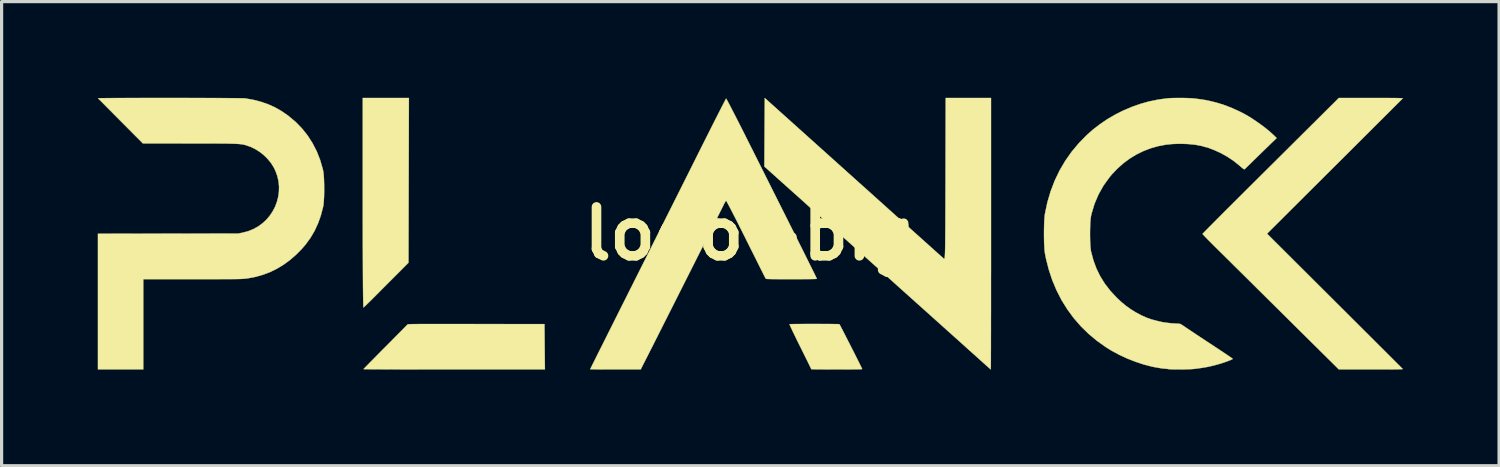
<source format=kicad_pcb>
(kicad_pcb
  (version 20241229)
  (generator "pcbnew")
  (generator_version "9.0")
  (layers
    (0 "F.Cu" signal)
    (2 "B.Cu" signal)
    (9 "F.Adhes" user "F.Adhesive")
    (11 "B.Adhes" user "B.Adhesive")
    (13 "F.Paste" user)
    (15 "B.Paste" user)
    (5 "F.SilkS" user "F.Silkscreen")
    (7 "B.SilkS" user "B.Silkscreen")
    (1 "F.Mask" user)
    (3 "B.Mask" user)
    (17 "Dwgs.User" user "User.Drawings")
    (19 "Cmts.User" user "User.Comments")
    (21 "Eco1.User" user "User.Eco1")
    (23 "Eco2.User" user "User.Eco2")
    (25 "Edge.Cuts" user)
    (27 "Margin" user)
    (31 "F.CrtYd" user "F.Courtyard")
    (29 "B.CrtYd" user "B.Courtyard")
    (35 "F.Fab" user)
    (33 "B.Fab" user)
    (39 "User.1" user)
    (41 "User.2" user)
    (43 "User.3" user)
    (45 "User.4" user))
  (footprint "logo-big"
    (layer "F.Cu")
    (at 20.345 4.239)
    (property "Reference" "logo-big" (at 0 0 0) (layer "F.SilkS") (effects (font (size 1.524 1.524) (thickness 0.3))))
    (attr through_hole)
    (fp_poly (pts (xy -10.654 0.905) (xy -10.96 1.212) (xy -11.045 1.297) (xy -11.145 1.397) (xy -11.254 1.506) (xy -11.367 1.62) (xy -11.48 1.733) (xy -11.587 1.841) (xy -11.651 1.905) (xy -11.736 1.99) (xy -11.815 2.069) (xy -11.887 2.14) (xy -11.949 2.201) (xy -11.999 2.249) (xy -12.035 2.283) (xy -12.055 2.3) (xy -12.057 2.301) (xy -12.059 2.292) (xy -12.061 2.262) (xy -12.063 2.211) (xy -12.065 2.141) (xy -12.067 2.052) (xy -12.069 1.944) (xy -12.07 1.818) (xy -12.072 1.674) (xy -12.073 1.513) (xy -12.074 1.336) (xy -12.075 1.142) (xy -12.076 0.932) (xy -12.077 0.707) (xy -12.078 0.468) (xy -12.079 0.214) (xy -12.079 -0.053) (xy -12.08 -0.334) (xy -12.08 -0.627) (xy -12.08 -0.932) (xy -12.08 -0.961) (xy -12.08 -4.233) (xy -10.641 -4.233) (xy -10.654 0.905)) (stroke (width 0.01) (type solid)) (fill yes) (layer "F.SilkS"))
    (fp_poly (pts (xy -9.558 2.817) (xy -9.279 2.817) (xy -8.957 2.817) (xy -8.588 2.818) (xy -8.54 2.818) (xy -6.412 2.82) (xy -6.406 3.527) (xy -6.399 4.233) (xy -9.227 4.233) (xy -9.597 4.233) (xy -9.953 4.233) (xy -10.292 4.233) (xy -10.61 4.232) (xy -10.905 4.232) (xy -11.173 4.231) (xy -11.412 4.23) (xy -11.618 4.229) (xy -11.788 4.228) (xy -11.919 4.227) (xy -12.007 4.226) (xy -12.051 4.225) (xy -12.055 4.224) (xy -12.046 4.213) (xy -12.018 4.184) (xy -11.975 4.139) (xy -11.916 4.079) (xy -11.845 4.006) (xy -11.761 3.922) (xy -11.668 3.827) (xy -11.566 3.724) (xy -11.458 3.614) (xy -11.377 3.534) (xy -11.264 3.42) (xy -11.156 3.311) (xy -11.056 3.21) (xy -10.964 3.117) (xy -10.882 3.035) (xy -10.812 2.964) (xy -10.756 2.907) (xy -10.715 2.865) (xy -10.69 2.84) (xy -10.684 2.834) (xy -10.679 2.83) (xy -10.668 2.828) (xy -10.648 2.825) (xy -10.617 2.823) (xy -10.57 2.821) (xy -10.505 2.82) (xy -10.419 2.819) (xy -10.308 2.818) (xy -10.169 2.817) (xy -10.001 2.817) (xy -9.798 2.817) (xy -9.558 2.817)) (stroke (width 0.01) (type solid)) (fill yes) (layer "F.SilkS"))
    (fp_poly (pts (xy 2.22 2.816) (xy 2.379 2.816) (xy 2.522 2.817) (xy 2.641 2.819) (xy 2.73 2.82) (xy 2.779 2.822) (xy 2.787 2.823) (xy 2.794 2.835) (xy 2.811 2.865) (xy 2.835 2.911) (xy 2.867 2.972) (xy 2.905 3.046) (xy 2.948 3.13) (xy 2.995 3.222) (xy 3.045 3.32) (xy 3.097 3.422) (xy 3.15 3.526) (xy 3.203 3.63) (xy 3.255 3.732) (xy 3.304 3.83) (xy 3.35 3.922) (xy 3.392 4.005) (xy 3.428 4.078) (xy 3.458 4.138) (xy 3.48 4.184) (xy 3.493 4.213) (xy 3.497 4.223) (xy 3.473 4.226) (xy 3.401 4.229) (xy 3.283 4.231) (xy 3.121 4.232) (xy 2.917 4.233) (xy 2.704 4.233) (xy 2.511 4.233) (xy 2.335 4.232) (xy 2.182 4.231) (xy 2.057 4.23) (xy 1.968 4.228) (xy 1.918 4.226) (xy 1.91 4.225) (xy 1.905 4.213) (xy 1.89 4.183) (xy 1.867 4.135) (xy 1.836 4.072) (xy 1.798 3.994) (xy 1.754 3.905) (xy 1.705 3.806) (xy 1.651 3.697) (xy 1.594 3.582) (xy 1.565 3.524) (xy 1.506 3.406) (xy 1.451 3.294) (xy 1.401 3.19) (xy 1.355 3.096) (xy 1.315 3.012) (xy 1.282 2.942) (xy 1.257 2.887) (xy 1.24 2.847) (xy 1.232 2.826) (xy 1.231 2.823) (xy 1.259 2.821) (xy 1.328 2.819) (xy 1.432 2.818) (xy 1.564 2.817) (xy 1.716 2.816) (xy 1.881 2.815) (xy 2.051 2.815) (xy 2.22 2.816)) (stroke (width 0.01) (type solid)) (fill yes) (layer "F.SilkS"))
    (fp_poly (pts (xy 7.516 0) (xy 7.516 0.298) (xy 7.516 0.591) (xy 7.516 0.877) (xy 7.516 1.157) (xy 7.515 1.429) (xy 7.515 1.693) (xy 7.515 1.948) (xy 7.515 2.194) (xy 7.515 2.429) (xy 7.514 2.653) (xy 7.514 2.865) (xy 7.514 3.064) (xy 7.513 3.251) (xy 7.513 3.423) (xy 7.513 3.581) (xy 7.512 3.724) (xy 7.512 3.85) (xy 7.512 3.96) (xy 7.511 4.052) (xy 7.511 4.126) (xy 7.51 4.182) (xy 7.51 4.217) (xy 7.509 4.233) (xy 7.509 4.233) (xy 7.497 4.224) (xy 7.467 4.199) (xy 7.423 4.16) (xy 7.367 4.11) (xy 7.304 4.053) (xy 7.289 4.04) (xy 7.259 4.013) (xy 7.208 3.967) (xy 7.138 3.904) (xy 7.049 3.824) (xy 6.944 3.73) (xy 6.822 3.621) (xy 6.686 3.498) (xy 6.536 3.363) (xy 6.372 3.217) (xy 6.197 3.06) (xy 6.011 2.893) (xy 5.815 2.717) (xy 5.611 2.534) (xy 5.399 2.344) (xy 5.18 2.148) (xy 4.956 1.947) (xy 4.727 1.742) (xy 4.62 1.646) (xy 4.38 1.43) (xy 4.138 1.213) (xy 3.896 0.996) (xy 3.655 0.78) (xy 3.417 0.567) (xy 3.183 0.357) (xy 2.955 0.153) (xy 2.734 -0.045) (xy 2.522 -0.236) (xy 2.319 -0.417) (xy 2.128 -0.589) (xy 1.949 -0.749) (xy 1.785 -0.896) (xy 1.637 -1.029) (xy 1.506 -1.147) (xy 1.393 -1.248) (xy 1.305 -1.326) (xy 0.446 -2.096) (xy 0.459 -4.232) (xy 3.038 -1.917) (xy 3.273 -1.706) (xy 3.504 -1.499) (xy 3.731 -1.296) (xy 3.95 -1.098) (xy 4.163 -0.908) (xy 4.367 -0.724) (xy 4.562 -0.549) (xy 4.747 -0.384) (xy 4.92 -0.228) (xy 5.081 -0.084) (xy 5.229 0.049) (xy 5.363 0.169) (xy 5.481 0.275) (xy 5.583 0.366) (xy 5.667 0.442) (xy 5.734 0.502) (xy 5.78 0.544) (xy 5.806 0.566) (xy 5.871 0.625) (xy 5.932 0.679) (xy 5.985 0.726) (xy 6.024 0.762) (xy 6.042 0.778) (xy 6.047 0.782) (xy 6.052 0.785) (xy 6.056 0.786) (xy 6.06 0.783) (xy 6.064 0.777) (xy 6.068 0.767) (xy 6.071 0.751) (xy 6.073 0.729) (xy 6.076 0.7) (xy 6.078 0.664) (xy 6.08 0.619) (xy 6.082 0.565) (xy 6.084 0.501) (xy 6.085 0.426) (xy 6.087 0.34) (xy 6.088 0.242) (xy 6.089 0.13) (xy 6.09 0.004) (xy 6.091 -0.136) (xy 6.092 -0.291) (xy 6.092 -0.463) (xy 6.093 -0.651) (xy 6.094 -0.858) (xy 6.094 -1.083) (xy 6.095 -1.327) (xy 6.096 -1.591) (xy 6.096 -1.707) (xy 6.102 -4.233) (xy 7.516 -4.233) (xy 7.516 0)) (stroke (width 0.01) (type solid)) (fill yes) (layer "F.SilkS"))
    (fp_poly (pts (xy 19.625 -4.233) (xy 19.838 -4.233) (xy 20.009 -4.232) (xy 20.141 -4.231) (xy 20.238 -4.229) (xy 20.304 -4.227) (xy 20.343 -4.225) (xy 20.358 -4.222) (xy 20.358 -4.22) (xy 20.347 -4.209) (xy 20.318 -4.18) (xy 20.271 -4.133) (xy 20.207 -4.069) (xy 20.127 -3.989) (xy 20.032 -3.894) (xy 19.923 -3.785) (xy 19.8 -3.663) (xy 19.666 -3.529) (xy 19.519 -3.383) (xy 19.363 -3.227) (xy 19.196 -3.061) (xy 19.021 -2.886) (xy 18.838 -2.704) (xy 18.648 -2.514) (xy 18.452 -2.319) (xy 18.25 -2.118) (xy 18.235 -2.103) (xy 16.125 0) (xy 18.235 2.103) (xy 18.437 2.304) (xy 18.634 2.5) (xy 18.824 2.69) (xy 19.008 2.873) (xy 19.184 3.049) (xy 19.351 3.215) (xy 19.508 3.372) (xy 19.655 3.519) (xy 19.791 3.654) (xy 19.914 3.777) (xy 20.024 3.887) (xy 20.12 3.983) (xy 20.201 4.064) (xy 20.267 4.129) (xy 20.315 4.177) (xy 20.346 4.208) (xy 20.358 4.22) (xy 20.358 4.22) (xy 20.351 4.224) (xy 20.323 4.226) (xy 20.268 4.229) (xy 20.184 4.23) (xy 20.067 4.232) (xy 19.912 4.233) (xy 19.717 4.233) (xy 19.477 4.233) (xy 19.368 4.233) (xy 18.365 4.233) (xy 17.475 3.352) (xy 17.322 3.2) (xy 17.156 3.036) (xy 16.983 2.865) (xy 16.806 2.689) (xy 16.628 2.513) (xy 16.452 2.338) (xy 16.282 2.17) (xy 16.121 2.011) (xy 15.974 1.864) (xy 15.844 1.736) (xy 15.708 1.601) (xy 15.566 1.46) (xy 15.419 1.314) (xy 15.272 1.169) (xy 15.127 1.026) (xy 14.989 0.888) (xy 14.859 0.76) (xy 14.741 0.643) (xy 14.638 0.542) (xy 14.608 0.512) (xy 14.511 0.416) (xy 14.421 0.326) (xy 14.338 0.243) (xy 14.266 0.17) (xy 14.205 0.108) (xy 14.159 0.059) (xy 14.128 0.025) (xy 14.114 0.009) (xy 14.114 0.007) (xy 14.124 -0.004) (xy 14.152 -0.034) (xy 14.198 -0.081) (xy 14.261 -0.145) (xy 14.339 -0.225) (xy 14.433 -0.319) (xy 14.54 -0.427) (xy 14.66 -0.547) (xy 14.792 -0.68) (xy 14.936 -0.823) (xy 15.089 -0.976) (xy 15.251 -1.138) (xy 15.422 -1.308) (xy 15.6 -1.485) (xy 15.784 -1.668) (xy 15.971 -1.854) (xy 16.165 -2.047) (xy 16.356 -2.236) (xy 16.543 -2.422) (xy 16.725 -2.603) (xy 16.901 -2.778) (xy 17.069 -2.945) (xy 17.23 -3.105) (xy 17.38 -3.254) (xy 17.52 -3.393) (xy 17.648 -3.52) (xy 17.763 -3.635) (xy 17.864 -3.735) (xy 17.949 -3.82) (xy 18.018 -3.889) (xy 18.07 -3.94) (xy 18.096 -3.966) (xy 18.364 -4.233) (xy 19.367 -4.233) (xy 19.625 -4.233)) (stroke (width 0.01) (type solid)) (fill yes) (layer "F.SilkS"))
    (fp_poly (pts (xy -17.992 -4.234) (xy -17.701 -4.234) (xy -17.416 -4.233) (xy -17.139 -4.233) (xy -16.876 -4.232) (xy -16.631 -4.231) (xy -16.407 -4.23) (xy -16.209 -4.228) (xy -16.041 -4.227) (xy -15.907 -4.225) (xy -15.812 -4.224) (xy -15.76 -4.222) (xy -15.753 -4.221) (xy -15.499 -4.177) (xy -15.261 -4.116) (xy -15.036 -4.038) (xy -14.822 -3.942) (xy -14.617 -3.826) (xy -14.419 -3.69) (xy -14.397 -3.673) (xy -14.176 -3.488) (xy -13.977 -3.284) (xy -13.8 -3.062) (xy -13.647 -2.824) (xy -13.516 -2.57) (xy -13.41 -2.301) (xy -13.328 -2.018) (xy -13.316 -1.963) (xy -13.306 -1.906) (xy -13.298 -1.831) (xy -13.292 -1.742) (xy -13.288 -1.643) (xy -13.285 -1.535) (xy -13.284 -1.424) (xy -13.284 -1.312) (xy -13.286 -1.203) (xy -13.29 -1.1) (xy -13.296 -1.007) (xy -13.303 -0.927) (xy -13.312 -0.863) (xy -13.315 -0.847) (xy -13.385 -0.577) (xy -13.474 -0.325) (xy -13.582 -0.09) (xy -13.711 0.129) (xy -13.861 0.335) (xy -13.982 0.476) (xy -14.165 0.66) (xy -14.354 0.824) (xy -14.55 0.967) (xy -14.754 1.09) (xy -14.965 1.194) (xy -15.185 1.278) (xy -15.414 1.344) (xy -15.653 1.39) (xy -15.703 1.397) (xy -15.736 1.401) (xy -15.771 1.405) (xy -15.812 1.408) (xy -15.862 1.411) (xy -15.927 1.413) (xy -16.008 1.415) (xy -16.112 1.416) (xy -16.241 1.417) (xy -16.4 1.417) (xy -16.593 1.418) (xy -16.824 1.418) (xy -17.097 1.418) (xy -17.391 1.418) (xy -18.926 1.418) (xy -18.926 4.233) (xy -20.34 4.233) (xy -20.34 0.001) (xy -18.151 -0.002) (xy -15.962 -0.005) (xy -15.823 -0.033) (xy -15.652 -0.078) (xy -15.493 -0.143) (xy -15.346 -0.224) (xy -15.211 -0.322) (xy -15.09 -0.433) (xy -14.984 -0.557) (xy -14.893 -0.692) (xy -14.817 -0.835) (xy -14.759 -0.987) (xy -14.718 -1.144) (xy -14.695 -1.305) (xy -14.691 -1.468) (xy -14.707 -1.633) (xy -14.744 -1.796) (xy -14.802 -1.957) (xy -14.859 -2.074) (xy -14.945 -2.209) (xy -15.049 -2.335) (xy -15.167 -2.451) (xy -15.297 -2.553) (xy -15.438 -2.641) (xy -15.585 -2.712) (xy -15.736 -2.763) (xy -15.741 -2.765) (xy -15.782 -2.775) (xy -15.825 -2.784) (xy -15.874 -2.791) (xy -15.933 -2.797) (xy -16.006 -2.802) (xy -16.097 -2.806) (xy -16.21 -2.809) (xy -16.349 -2.812) (xy -16.519 -2.813) (xy -16.722 -2.814) (xy -16.964 -2.815) (xy -17.247 -2.815) (xy -17.535 -2.815) (xy -18.938 -2.816) (xy -19.633 -3.514) (xy -19.747 -3.629) (xy -19.856 -3.739) (xy -19.957 -3.841) (xy -20.05 -3.934) (xy -20.133 -4.018) (xy -20.203 -4.089) (xy -20.26 -4.146) (xy -20.303 -4.189) (xy -20.328 -4.215) (xy -20.336 -4.223) (xy -20.313 -4.225) (xy -20.245 -4.227) (xy -20.136 -4.228) (xy -19.99 -4.23) (xy -19.811 -4.231) (xy -19.604 -4.232) (xy -19.372 -4.233) (xy -19.119 -4.233) (xy -18.851 -4.234) (xy -18.571 -4.234) (xy -18.283 -4.234) (xy -17.992 -4.234)) (stroke (width 0.01) (type solid)) (fill yes) (layer "F.SilkS"))
    (fp_poly (pts (xy -0.74 -4.205) (xy -0.723 -4.176) (xy -0.698 -4.129) (xy -0.663 -4.065) (xy -0.621 -3.985) (xy -0.572 -3.89) (xy -0.516 -3.781) (xy -0.454 -3.66) (xy -0.386 -3.527) (xy -0.314 -3.385) (xy -0.237 -3.234) (xy -0.157 -3.075) (xy -0.074 -2.909) (xy -0.028 -2.817) (xy 0.075 -2.613) (xy 0.186 -2.392) (xy 0.303 -2.158) (xy 0.426 -1.913) (xy 0.552 -1.661) (xy 0.68 -1.406) (xy 0.808 -1.151) (xy 0.934 -0.899) (xy 1.057 -0.655) (xy 1.174 -0.421) (xy 1.284 -0.201) (xy 1.38 -0.011) (xy 1.465 0.158) (xy 1.546 0.321) (xy 1.625 0.478) (xy 1.699 0.626) (xy 1.768 0.765) (xy 1.832 0.894) (xy 1.89 1.011) (xy 1.942 1.115) (xy 1.987 1.205) (xy 2.024 1.28) (xy 2.052 1.339) (xy 2.072 1.38) (xy 2.082 1.401) (xy 2.084 1.405) (xy 2.073 1.409) (xy 2.039 1.412) (xy 1.977 1.414) (xy 1.883 1.416) (xy 1.753 1.417) (xy 1.583 1.418) (xy 1.369 1.418) (xy 1.292 1.418) (xy 1.072 1.418) (xy 0.896 1.418) (xy 0.761 1.417) (xy 0.659 1.416) (xy 0.587 1.414) (xy 0.538 1.412) (xy 0.509 1.409) (xy 0.494 1.405) (xy 0.487 1.4) (xy 0.487 1.4) (xy 0.48 1.387) (xy 0.464 1.355) (xy 0.439 1.305) (xy 0.405 1.238) (xy 0.364 1.156) (xy 0.315 1.059) (xy 0.261 0.95) (xy 0.2 0.829) (xy 0.135 0.698) (xy 0.065 0.558) (xy -0.009 0.411) (xy -0.086 0.257) (xy -0.128 0.172) (xy -0.206 0.016) (xy -0.281 -0.134) (xy -0.353 -0.277) (xy -0.421 -0.412) (xy -0.485 -0.536) (xy -0.543 -0.65) (xy -0.595 -0.751) (xy -0.641 -0.838) (xy -0.679 -0.911) (xy -0.71 -0.967) (xy -0.731 -1.006) (xy -0.744 -1.026) (xy -0.747 -1.029) (xy -0.76 -1.016) (xy -0.778 -0.987) (xy -0.799 -0.949) (xy -0.803 -0.942) (xy -0.814 -0.919) (xy -0.835 -0.877) (xy -0.865 -0.817) (xy -0.904 -0.739) (xy -0.951 -0.646) (xy -1.005 -0.537) (xy -1.066 -0.415) (xy -1.134 -0.281) (xy -1.207 -0.135) (xy -1.286 0.021) (xy -1.369 0.185) (xy -1.455 0.358) (xy -1.545 0.537) (xy -1.638 0.721) (xy -1.733 0.91) (xy -1.829 1.101) (xy -1.927 1.295) (xy -2.025 1.489) (xy -2.122 1.682) (xy -2.219 1.874) (xy -2.314 2.063) (xy -2.407 2.248) (xy -2.498 2.428) (xy -2.585 2.601) (xy -2.669 2.767) (xy -2.748 2.924) (xy -2.822 3.071) (xy -2.89 3.206) (xy -2.953 3.33) (xy -3.008 3.44) (xy -3.056 3.535) (xy -3.097 3.615) (xy -3.128 3.677) (xy -3.13 3.68) (xy -3.411 4.233) (xy -4.198 4.233) (xy -4.39 4.233) (xy -4.565 4.233) (xy -4.718 4.232) (xy -4.841 4.231) (xy -4.93 4.229) (xy -4.978 4.228) (xy -4.986 4.227) (xy -4.981 4.216) (xy -4.966 4.186) (xy -4.942 4.137) (xy -4.91 4.072) (xy -4.869 3.991) (xy -4.822 3.897) (xy -4.769 3.789) (xy -4.709 3.67) (xy -4.644 3.541) (xy -4.575 3.403) (xy -4.502 3.257) (xy -4.426 3.105) (xy -4.401 3.055) (xy -4.313 2.88) (xy -4.217 2.688) (xy -4.114 2.482) (xy -4.005 2.264) (xy -3.892 2.04) (xy -3.777 1.81) (xy -3.661 1.58) (xy -3.547 1.352) (xy -3.435 1.129) (xy -3.328 0.915) (xy -3.226 0.713) (xy -3.163 0.587) (xy -3.08 0.422) (xy -2.988 0.238) (xy -2.888 0.038) (xy -2.781 -0.175) (xy -2.669 -0.4) (xy -2.552 -0.632) (xy -2.432 -0.871) (xy -2.311 -1.113) (xy -2.189 -1.356) (xy -2.068 -1.598) (xy -1.948 -1.837) (xy -1.832 -2.069) (xy -1.72 -2.293) (xy -1.636 -2.461) (xy -1.542 -2.649) (xy -1.45 -2.832) (xy -1.361 -3.009) (xy -1.276 -3.177) (xy -1.196 -3.337) (xy -1.12 -3.487) (xy -1.05 -3.626) (xy -0.985 -3.753) (xy -0.928 -3.866) (xy -0.877 -3.966) (xy -0.833 -4.05) (xy -0.798 -4.119) (xy -0.772 -4.169) (xy -0.754 -4.201) (xy -0.747 -4.214) (xy -0.747 -4.214) (xy -0.74 -4.205)) (stroke (width 0.01) (type solid)) (fill yes) (layer "F.SilkS"))
    (fp_poly (pts (xy 13.494 -4.233) (xy 13.632 -4.23) (xy 13.752 -4.225) (xy 13.841 -4.219) (xy 13.846 -4.218) (xy 14.035 -4.194) (xy 14.196 -4.169) (xy 14.346 -4.138) (xy 14.502 -4.1) (xy 14.627 -4.065) (xy 14.822 -4.002) (xy 15.03 -3.92) (xy 15.249 -3.821) (xy 15.358 -3.767) (xy 15.492 -3.694) (xy 15.638 -3.605) (xy 15.788 -3.505) (xy 15.938 -3.399) (xy 16.081 -3.291) (xy 16.21 -3.185) (xy 16.32 -3.085) (xy 16.324 -3.082) (xy 16.425 -2.983) (xy 16.363 -2.923) (xy 16.326 -2.887) (xy 16.274 -2.837) (xy 16.211 -2.776) (xy 16.139 -2.705) (xy 16.059 -2.628) (xy 15.976 -2.547) (xy 15.89 -2.464) (xy 15.806 -2.382) (xy 15.724 -2.302) (xy 15.649 -2.228) (xy 15.581 -2.162) (xy 15.524 -2.107) (xy 15.481 -2.064) (xy 15.452 -2.036) (xy 15.443 -2.027) (xy 15.431 -2.015) (xy 15.419 -2.01) (xy 15.402 -2.015) (xy 15.378 -2.03) (xy 15.341 -2.059) (xy 15.289 -2.104) (xy 15.261 -2.128) (xy 15.076 -2.276) (xy 14.882 -2.405) (xy 14.676 -2.518) (xy 14.506 -2.596) (xy 14.414 -2.633) (xy 14.333 -2.664) (xy 14.27 -2.687) (xy 14.232 -2.698) (xy 14.227 -2.699) (xy 14.19 -2.704) (xy 14.184 -2.707) (xy 14.155 -2.718) (xy 14.093 -2.734) (xy 14.011 -2.751) (xy 13.923 -2.768) (xy 13.865 -2.777) (xy 13.648 -2.798) (xy 13.413 -2.805) (xy 13.179 -2.798) (xy 12.974 -2.777) (xy 12.731 -2.731) (xy 12.497 -2.665) (xy 12.271 -2.578) (xy 12.054 -2.472) (xy 11.847 -2.346) (xy 11.65 -2.201) (xy 11.465 -2.037) (xy 11.291 -1.855) (xy 11.214 -1.763) (xy 11.026 -1.503) (xy 10.87 -1.227) (xy 10.745 -0.934) (xy 10.652 -0.626) (xy 10.636 -0.556) (xy 10.627 -0.497) (xy 10.618 -0.42) (xy 10.612 -0.329) (xy 10.608 -0.228) (xy 10.605 -0.119) (xy 10.604 -0.007) (xy 10.605 0.106) (xy 10.607 0.215) (xy 10.612 0.318) (xy 10.618 0.41) (xy 10.625 0.488) (xy 10.635 0.55) (xy 10.636 0.556) (xy 10.709 0.83) (xy 10.804 1.087) (xy 10.922 1.329) (xy 11.066 1.56) (xy 11.237 1.781) (xy 11.436 1.995) (xy 11.583 2.133) (xy 11.724 2.249) (xy 11.877 2.359) (xy 12.038 2.458) (xy 12.201 2.545) (xy 12.364 2.618) (xy 12.522 2.674) (xy 12.635 2.704) (xy 12.695 2.719) (xy 12.753 2.734) (xy 12.865 2.759) (xy 13.007 2.78) (xy 13.157 2.796) (xy 13.236 2.801) (xy 13.321 2.805) (xy 13.386 2.81) (xy 13.414 2.814) (xy 13.438 2.826) (xy 13.479 2.85) (xy 13.529 2.883) (xy 13.534 2.886) (xy 13.579 2.917) (xy 13.646 2.962) (xy 13.73 3.018) (xy 13.828 3.083) (xy 13.934 3.154) (xy 14.044 3.227) (xy 14.153 3.299) (xy 14.257 3.368) (xy 14.326 3.413) (xy 14.498 3.526) (xy 14.649 3.626) (xy 14.777 3.711) (xy 14.883 3.782) (xy 14.964 3.837) (xy 15.02 3.876) (xy 15.051 3.899) (xy 15.056 3.904) (xy 15.038 3.918) (xy 14.987 3.941) (xy 14.914 3.97) (xy 14.824 4.002) (xy 14.728 4.035) (xy 14.633 4.064) (xy 14.61 4.071) (xy 14.431 4.119) (xy 14.261 4.157) (xy 14.082 4.187) (xy 13.874 4.215) (xy 13.846 4.218) (xy 13.771 4.224) (xy 13.667 4.228) (xy 13.544 4.232) (xy 13.414 4.233) (xy 13.288 4.233) (xy 13.177 4.231) (xy 13.094 4.228) (xy 13.048 4.223) (xy 13.047 4.223) (xy 12.992 4.214) (xy 12.956 4.212) (xy 12.908 4.208) (xy 12.829 4.198) (xy 12.734 4.183) (xy 12.638 4.166) (xy 12.555 4.15) (xy 12.545 4.148) (xy 12.286 4.081) (xy 12.024 3.995) (xy 11.764 3.893) (xy 11.512 3.776) (xy 11.273 3.647) (xy 11.108 3.545) (xy 10.824 3.344) (xy 10.561 3.125) (xy 10.318 2.887) (xy 10.096 2.632) (xy 9.896 2.36) (xy 9.717 2.072) (xy 9.561 1.768) (xy 9.427 1.45) (xy 9.317 1.118) (xy 9.23 0.773) (xy 9.198 0.609) (xy 9.189 0.546) (xy 9.182 0.465) (xy 9.177 0.369) (xy 9.172 0.263) (xy 9.17 0.149) (xy 9.169 0.03) (xy 9.169 -0.089) (xy 9.171 -0.207) (xy 9.174 -0.319) (xy 9.179 -0.421) (xy 9.185 -0.512) (xy 9.193 -0.587) (xy 9.198 -0.619) (xy 9.273 -0.976) (xy 9.375 -1.321) (xy 9.502 -1.653) (xy 9.654 -1.97) (xy 9.831 -2.272) (xy 10.033 -2.558) (xy 10.259 -2.828) (xy 10.507 -3.081) (xy 10.697 -3.248) (xy 10.916 -3.417) (xy 11.148 -3.574) (xy 11.392 -3.716) (xy 11.645 -3.843) (xy 11.905 -3.953) (xy 12.169 -4.047) (xy 12.434 -4.122) (xy 12.7 -4.177) (xy 12.855 -4.2) (xy 12.942 -4.211) (xy 13.026 -4.222) (xy 13.03 -4.223) (xy 13.106 -4.228) (xy 13.218 -4.232) (xy 13.351 -4.233) (xy 13.494 -4.233)) (stroke (width 0.01) (type solid)) (fill yes) (layer "F.SilkS")))
  (gr_rect
    (start -3 -3)
    (end 43.708 11.477)
    (stroke (width 0.1) (type default))
    (fill no)
    (layer "Edge.Cuts")))
</source>
